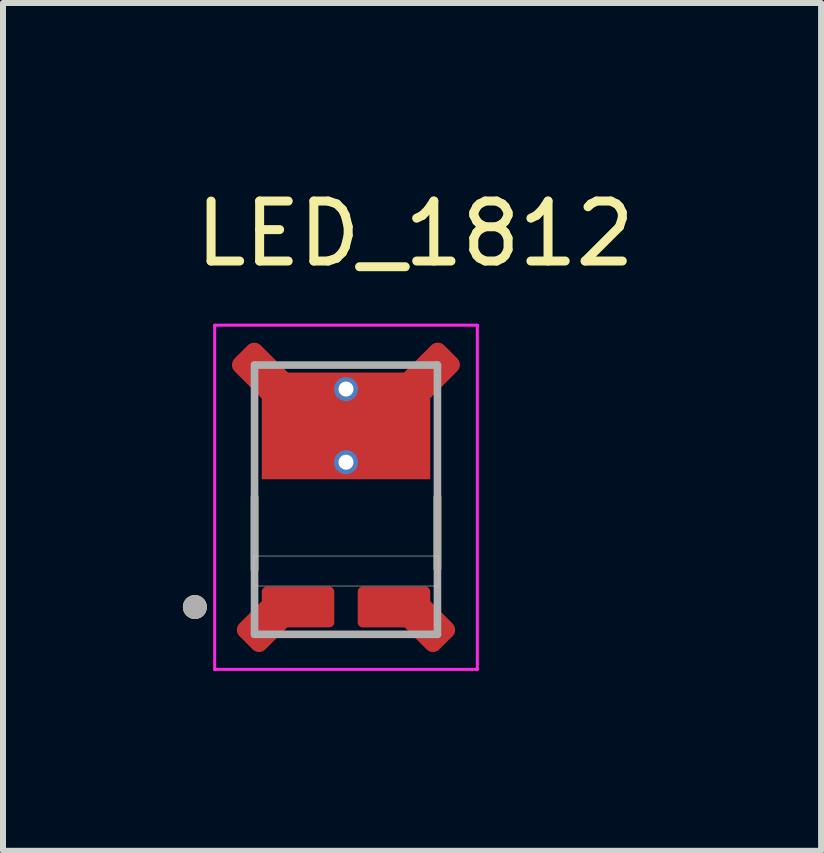
<source format=kicad_pcb>
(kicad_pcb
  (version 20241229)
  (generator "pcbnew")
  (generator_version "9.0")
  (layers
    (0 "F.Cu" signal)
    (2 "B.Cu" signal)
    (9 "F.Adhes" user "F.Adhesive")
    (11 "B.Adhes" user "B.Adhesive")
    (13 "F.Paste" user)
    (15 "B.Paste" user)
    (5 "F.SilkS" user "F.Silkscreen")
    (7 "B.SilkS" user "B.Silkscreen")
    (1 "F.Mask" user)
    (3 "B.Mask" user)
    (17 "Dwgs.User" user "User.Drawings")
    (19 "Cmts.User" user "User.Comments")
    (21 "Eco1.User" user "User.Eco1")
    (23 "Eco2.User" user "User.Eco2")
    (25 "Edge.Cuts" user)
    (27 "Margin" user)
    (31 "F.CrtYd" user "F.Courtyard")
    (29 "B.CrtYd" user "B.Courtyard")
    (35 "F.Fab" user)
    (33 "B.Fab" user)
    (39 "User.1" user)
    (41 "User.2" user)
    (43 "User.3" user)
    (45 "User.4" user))
  (footprint "LED_1812"
    (layer "F.Cu")
    (at 2.72 4.563)
    (property "Reference" "LED_1812" (at 1.155 -3.715 0) (layer "F.SilkS") (effects (font (size 1 1) (thickness 0.15))))
    (attr through_hole)
    (fp_circle (center 0 -1.125) (end 0.2 -1.125) (stroke (width 0) (type solid)) (fill yes) (layer "F.Mask"))
    (fp_circle (center 0 0.095) (end 0.2 0.095) (stroke (width 0) (type solid)) (fill yes) (layer "F.Mask"))
    (fp_poly (pts (xy -1.895 -1.65) (xy -1.9 -1.643) (xy -1.906 -1.636) (xy -1.911 -1.628) (xy -1.915 -1.621) (xy -1.919 -1.613) (xy -1.923 -1.604) (xy -1.927 -1.596) (xy -1.93 -1.587) (xy -1.933 -1.579) (xy -1.935 -1.57) (xy -1.937 -1.561) (xy -1.938 -1.552) (xy -1.939 -1.543) (xy -1.94 -1.534) (xy -1.94 -1.525) (xy -1.94 -1.516) (xy -1.939 -1.507) (xy -1.938 -1.498) (xy -1.937 -1.489) (xy -1.935 -1.48) (xy -1.933 -1.471) (xy -1.93 -1.463) (xy -1.927 -1.454) (xy -1.923 -1.446) (xy -1.919 -1.437) (xy -1.915 -1.429) (xy -1.911 -1.422) (xy -1.906 -1.414) (xy -1.9 -1.407) (xy -1.895 -1.4) (xy -1.45 -0.955) (xy -1.45 0.425) (xy -0.48 0.425) (xy -0.48 0.09) (xy 0 -0.39) (xy 0 -0.65) (xy -0.48 -1.12) (xy -0.48 -1.445) (xy -0.945 -1.445) (xy -1.4 -1.9) (xy -1.407 -1.905) (xy -1.414 -1.91) (xy -1.422 -1.915) (xy -1.429 -1.919) (xy -1.437 -1.923) (xy -1.445 -1.926) (xy -1.453 -1.93) (xy -1.462 -1.933) (xy -1.47 -1.935) (xy -1.479 -1.937) (xy -1.487 -1.939) (xy -1.496 -1.94) (xy -1.505 -1.941) (xy -1.514 -1.942) (xy -1.522 -1.942) (xy -1.531 -1.942) (xy -1.54 -1.941) (xy -1.549 -1.94) (xy -1.558 -1.939) (xy -1.566 -1.937) (xy -1.575 -1.935) (xy -1.583 -1.933) (xy -1.592 -1.93) (xy -1.6 -1.926) (xy -1.608 -1.923) (xy -1.616 -1.919) (xy -1.623 -1.915) (xy -1.631 -1.91) (xy -1.638 -1.905) (xy -1.645 -1.9) (xy -1.895 -1.65)) (stroke (width 0.01) (type solid)) (fill yes) (layer "F.Mask"))
    (fp_poly (pts (xy 1.895 -1.65) (xy 1.9 -1.643) (xy 1.906 -1.636) (xy 1.911 -1.628) (xy 1.915 -1.621) (xy 1.919 -1.613) (xy 1.923 -1.604) (xy 1.927 -1.596) (xy 1.93 -1.587) (xy 1.933 -1.579) (xy 1.935 -1.57) (xy 1.937 -1.561) (xy 1.938 -1.552) (xy 1.939 -1.543) (xy 1.94 -1.534) (xy 1.94 -1.525) (xy 1.94 -1.516) (xy 1.939 -1.507) (xy 1.938 -1.498) (xy 1.937 -1.489) (xy 1.935 -1.48) (xy 1.933 -1.471) (xy 1.93 -1.463) (xy 1.927 -1.454) (xy 1.923 -1.446) (xy 1.919 -1.437) (xy 1.915 -1.429) (xy 1.911 -1.422) (xy 1.906 -1.414) (xy 1.9 -1.407) (xy 1.895 -1.4) (xy 1.45 -0.955) (xy 1.45 0.425) (xy 0.48 0.425) (xy 0.48 0.09) (xy 0 -0.39) (xy 0 -0.65) (xy 0.48 -1.12) (xy 0.48 -1.445) (xy 0.945 -1.445) (xy 1.4 -1.9) (xy 1.407 -1.905) (xy 1.414 -1.91) (xy 1.422 -1.915) (xy 1.429 -1.919) (xy 1.437 -1.923) (xy 1.445 -1.926) (xy 1.453 -1.93) (xy 1.462 -1.933) (xy 1.47 -1.935) (xy 1.479 -1.937) (xy 1.487 -1.939) (xy 1.496 -1.94) (xy 1.505 -1.941) (xy 1.514 -1.942) (xy 1.522 -1.942) (xy 1.531 -1.942) (xy 1.54 -1.941) (xy 1.549 -1.94) (xy 1.558 -1.939) (xy 1.566 -1.937) (xy 1.575 -1.935) (xy 1.583 -1.933) (xy 1.592 -1.93) (xy 1.6 -1.926) (xy 1.608 -1.923) (xy 1.616 -1.919) (xy 1.623 -1.915) (xy 1.631 -1.91) (xy 1.638 -1.905) (xy 1.645 -1.9) (xy 1.895 -1.65)) (stroke (width 0.01) (type solid)) (fill yes) (layer "F.Mask"))
    (fp_poly (pts (xy -1.45 2.38) (xy -1.45 2.25) (xy -1.45 2.243) (xy -1.449 2.237) (xy -1.448 2.23) (xy -1.447 2.224) (xy -1.446 2.218) (xy -1.444 2.211) (xy -1.442 2.205) (xy -1.439 2.199) (xy -1.436 2.193) (xy -1.433 2.188) (xy -1.43 2.182) (xy -1.426 2.177) (xy -1.422 2.171) (xy -1.418 2.166) (xy -1.413 2.162) (xy -1.409 2.157) (xy -1.404 2.153) (xy -1.398 2.149) (xy -1.393 2.145) (xy -1.387 2.142) (xy -1.382 2.139) (xy -1.376 2.136) (xy -1.37 2.133) (xy -1.364 2.131) (xy -1.357 2.129) (xy -1.351 2.128) (xy -1.345 2.127) (xy -1.338 2.126) (xy -1.332 2.125) (xy -1.325 2.125) (xy -0.275 2.125) (xy -0.268 2.125) (xy -0.262 2.126) (xy -0.255 2.127) (xy -0.249 2.128) (xy -0.243 2.129) (xy -0.236 2.131) (xy -0.23 2.133) (xy -0.224 2.136) (xy -0.218 2.139) (xy -0.212 2.142) (xy -0.207 2.145) (xy -0.202 2.149) (xy -0.196 2.153) (xy -0.191 2.157) (xy -0.187 2.162) (xy -0.182 2.166) (xy -0.178 2.171) (xy -0.174 2.177) (xy -0.17 2.182) (xy -0.167 2.188) (xy -0.164 2.193) (xy -0.161 2.199) (xy -0.158 2.205) (xy -0.156 2.211) (xy -0.154 2.218) (xy -0.153 2.224) (xy -0.152 2.23) (xy -0.151 2.237) (xy -0.15 2.243) (xy -0.15 2.25) (xy -0.15 2.77) (xy -0.15 2.777) (xy -0.151 2.783) (xy -0.152 2.79) (xy -0.153 2.796) (xy -0.154 2.802) (xy -0.156 2.809) (xy -0.158 2.815) (xy -0.161 2.821) (xy -0.164 2.827) (xy -0.167 2.833) (xy -0.17 2.838) (xy -0.174 2.843) (xy -0.178 2.849) (xy -0.182 2.854) (xy -0.187 2.858) (xy -0.191 2.863) (xy -0.196 2.867) (xy -0.202 2.871) (xy -0.207 2.875) (xy -0.212 2.878) (xy -0.218 2.881) (xy -0.224 2.884) (xy -0.23 2.887) (xy -0.236 2.889) (xy -0.243 2.891) (xy -0.249 2.892) (xy -0.255 2.893) (xy -0.262 2.894) (xy -0.268 2.895) (xy -0.275 2.895) (xy -0.955 2.895) (xy -1.307 3.247) (xy -1.315 3.254) (xy -1.322 3.261) (xy -1.33 3.267) (xy -1.339 3.273) (xy -1.348 3.278) (xy -1.356 3.283) (xy -1.366 3.287) (xy -1.375 3.291) (xy -1.385 3.295) (xy -1.395 3.298) (xy -1.404 3.3) (xy -1.414 3.302) (xy -1.425 3.303) (xy -1.435 3.304) (xy -1.445 3.304) (xy -1.455 3.304) (xy -1.465 3.303) (xy -1.476 3.302) (xy -1.486 3.3) (xy -1.495 3.298) (xy -1.505 3.295) (xy -1.515 3.291) (xy -1.524 3.287) (xy -1.534 3.283) (xy -1.542 3.278) (xy -1.551 3.273) (xy -1.56 3.267) (xy -1.568 3.261) (xy -1.575 3.254) (xy -1.583 3.247) (xy -1.812 3.018) (xy -1.819 3.01) (xy -1.826 3.003) (xy -1.832 2.995) (xy -1.838 2.986) (xy -1.843 2.977) (xy -1.848 2.969) (xy -1.852 2.959) (xy -1.856 2.95) (xy -1.86 2.94) (xy -1.863 2.93) (xy -1.865 2.921) (xy -1.867 2.911) (xy -1.868 2.9) (xy -1.869 2.89) (xy -1.869 2.88) (xy -1.869 2.87) (xy -1.868 2.86) (xy -1.867 2.849) (xy -1.865 2.839) (xy -1.863 2.83) (xy -1.86 2.82) (xy -1.856 2.81) (xy -1.852 2.801) (xy -1.848 2.791) (xy -1.843 2.783) (xy -1.838 2.774) (xy -1.832 2.765) (xy -1.826 2.757) (xy -1.819 2.75) (xy -1.812 2.742) (xy -1.45 2.38)) (stroke (width 0.01) (type solid)) (fill yes) (layer "F.Mask"))
    (fp_poly (pts (xy 1.45 2.38) (xy 1.45 2.25) (xy 1.45 2.243) (xy 1.449 2.237) (xy 1.448 2.23) (xy 1.447 2.224) (xy 1.446 2.218) (xy 1.444 2.211) (xy 1.442 2.205) (xy 1.439 2.199) (xy 1.436 2.193) (xy 1.433 2.188) (xy 1.43 2.182) (xy 1.426 2.177) (xy 1.422 2.171) (xy 1.418 2.166) (xy 1.413 2.162) (xy 1.409 2.157) (xy 1.404 2.153) (xy 1.398 2.149) (xy 1.393 2.145) (xy 1.387 2.142) (xy 1.382 2.139) (xy 1.376 2.136) (xy 1.37 2.133) (xy 1.364 2.131) (xy 1.357 2.129) (xy 1.351 2.128) (xy 1.345 2.127) (xy 1.338 2.126) (xy 1.332 2.125) (xy 1.325 2.125) (xy 0.275 2.125) (xy 0.268 2.125) (xy 0.262 2.126) (xy 0.255 2.127) (xy 0.249 2.128) (xy 0.243 2.129) (xy 0.236 2.131) (xy 0.23 2.133) (xy 0.224 2.136) (xy 0.218 2.139) (xy 0.213 2.142) (xy 0.207 2.145) (xy 0.202 2.149) (xy 0.196 2.153) (xy 0.191 2.157) (xy 0.187 2.162) (xy 0.182 2.166) (xy 0.178 2.171) (xy 0.174 2.177) (xy 0.17 2.182) (xy 0.167 2.188) (xy 0.164 2.193) (xy 0.161 2.199) (xy 0.158 2.205) (xy 0.156 2.211) (xy 0.154 2.218) (xy 0.153 2.224) (xy 0.152 2.23) (xy 0.151 2.237) (xy 0.15 2.243) (xy 0.15 2.25) (xy 0.15 2.77) (xy 0.15 2.777) (xy 0.151 2.783) (xy 0.152 2.79) (xy 0.153 2.796) (xy 0.154 2.802) (xy 0.156 2.809) (xy 0.158 2.815) (xy 0.161 2.821) (xy 0.164 2.827) (xy 0.167 2.833) (xy 0.17 2.838) (xy 0.174 2.843) (xy 0.178 2.849) (xy 0.182 2.854) (xy 0.187 2.858) (xy 0.191 2.863) (xy 0.196 2.867) (xy 0.202 2.871) (xy 0.207 2.875) (xy 0.212 2.878) (xy 0.218 2.881) (xy 0.224 2.884) (xy 0.23 2.887) (xy 0.236 2.889) (xy 0.243 2.891) (xy 0.249 2.892) (xy 0.255 2.893) (xy 0.262 2.894) (xy 0.268 2.895) (xy 0.275 2.895) (xy 0.955 2.895) (xy 1.307 3.247) (xy 1.315 3.254) (xy 1.322 3.261) (xy 1.33 3.267) (xy 1.339 3.273) (xy 1.348 3.278) (xy 1.356 3.283) (xy 1.366 3.287) (xy 1.375 3.291) (xy 1.385 3.295) (xy 1.395 3.298) (xy 1.404 3.3) (xy 1.414 3.302) (xy 1.425 3.303) (xy 1.435 3.304) (xy 1.445 3.304) (xy 1.455 3.304) (xy 1.465 3.303) (xy 1.476 3.302) (xy 1.486 3.3) (xy 1.495 3.298) (xy 1.505 3.295) (xy 1.515 3.291) (xy 1.524 3.287) (xy 1.534 3.283) (xy 1.542 3.278) (xy 1.551 3.273) (xy 1.56 3.267) (xy 1.568 3.261) (xy 1.575 3.254) (xy 1.583 3.247) (xy 1.812 3.018) (xy 1.819 3.01) (xy 1.826 3.003) (xy 1.832 2.995) (xy 1.838 2.986) (xy 1.843 2.977) (xy 1.848 2.969) (xy 1.852 2.959) (xy 1.856 2.95) (xy 1.86 2.94) (xy 1.863 2.93) (xy 1.865 2.921) (xy 1.867 2.911) (xy 1.868 2.9) (xy 1.869 2.89) (xy 1.869 2.88) (xy 1.869 2.87) (xy 1.868 2.86) (xy 1.867 2.849) (xy 1.865 2.839) (xy 1.863 2.83) (xy 1.86 2.82) (xy 1.856 2.81) (xy 1.852 2.801) (xy 1.848 2.791) (xy 1.843 2.783) (xy 1.838 2.774) (xy 1.832 2.765) (xy 1.826 2.757) (xy 1.819 2.75) (xy 1.812 2.742) (xy 1.45 2.38)) (stroke (width 0.01) (type solid)) (fill yes) (layer "F.Mask"))
    (fp_line (start -1.525 1.89) (end -1.525 0.675) (stroke (width 0.127) (type solid)) (layer "F.SilkS"))
    (fp_line (start 1.525 0.675) (end 1.525 1.875) (stroke (width 0.127) (type solid)) (layer "F.SilkS"))
    (fp_circle (center -2.52 2.51) (end -2.42 2.51) (stroke (width 0.2) (type solid)) (fill no) (layer "F.SilkS"))
    (fp_poly (pts (xy -0.36 2.25) (xy -0.28 2.33) (xy -0.28 2.68) (xy -0.36 2.76) (xy -0.94 2.76) (xy -1.39 3.21) (xy -1.51 3.21) (xy -1.77 2.95) (xy -1.77 2.83) (xy -1.32 2.38) (xy -1.32 2.33) (xy -1.24 2.25)) (stroke (width 0.01) (type solid)) (fill yes) (layer "F.Paste"))
    (fp_poly (pts (xy 0.36 2.25) (xy 0.28 2.33) (xy 0.28 2.68) (xy 0.36 2.76) (xy 0.94 2.76) (xy 1.39 3.21) (xy 1.51 3.21) (xy 1.77 2.95) (xy 1.77 2.83) (xy 1.32 2.38) (xy 1.32 2.33) (xy 1.24 2.25)) (stroke (width 0.01) (type solid)) (fill yes) (layer "F.Paste"))
    (fp_poly (pts (xy -0.59 -1.32) (xy -0.5 -1.23) (xy -0.5 -1.11) (xy 0 -0.62) (xy 0 -0.42) (xy -0.5 0.08) (xy -0.5 0.2) (xy -0.59 0.29) (xy -1.24 0.29) (xy -1.32 0.21) (xy -1.32 -0.94) (xy -1.83 -1.45) (xy -1.83 -1.62) (xy -1.62 -1.83) (xy -1.45 -1.83) (xy -0.94 -1.32)) (stroke (width 0.01) (type solid)) (fill yes) (layer "F.Paste"))
    (fp_poly (pts (xy 0.6 -1.32) (xy 0.5 -1.22) (xy 0.5 -1.11) (xy 0 -0.61) (xy 0 -0.42) (xy 0.5 0.08) (xy 0.5 0.2) (xy 0.59 0.29) (xy 1.24 0.29) (xy 1.32 0.21) (xy 1.32 -0.94) (xy 1.83 -1.45) (xy 1.83 -1.62) (xy 1.62 -1.83) (xy 1.44 -1.83) (xy 0.93 -1.32)) (stroke (width 0.01) (type solid)) (fill yes) (layer "F.Paste"))
    (fp_poly (pts (xy -1.54 1.66) (xy 1.54 1.66) (xy 1.54 2.16) (xy -1.54 2.16)) (stroke (width 0.01) (type solid)) (fill no) (layer "Dwgs.User"))
    (fp_line (start -2.19 -2.19) (end -2.19 3.55) (stroke (width 0.05) (type solid)) (layer "F.CrtYd"))
    (fp_line (start -2.19 3.55) (end 2.19 3.55) (stroke (width 0.05) (type solid)) (layer "F.CrtYd"))
    (fp_line (start 2.19 -2.19) (end -2.19 -2.19) (stroke (width 0.05) (type solid)) (layer "F.CrtYd"))
    (fp_line (start 2.19 3.55) (end 2.19 -2.19) (stroke (width 0.05) (type solid)) (layer "F.CrtYd"))
    (fp_line (start -1.525 -1.525) (end 1.525 -1.525) (stroke (width 0.127) (type solid)) (layer "F.Fab"))
    (fp_line (start -1.525 2.965) (end -1.525 -1.525) (stroke (width 0.127) (type solid)) (layer "F.Fab"))
    (fp_line (start 1.525 -1.525) (end 1.525 2.965) (stroke (width 0.127) (type solid)) (layer "F.Fab"))
    (fp_line (start 1.525 2.965) (end -1.525 2.965) (stroke (width 0.127) (type solid)) (layer "F.Fab"))
    (fp_circle (center -2.52 2.51) (end -2.42 2.51) (stroke (width 0.2) (type solid)) (fill no) (layer "F.Fab"))
    (pad "1" smd custom (at -0.8 2.51) (size 0.5 0.5) (layers "F.Cu") (options (anchor rect)) (primitives (gr_poly (pts (xy -0.753 0.702) (xy -0.972 0.483) (xy -0.978 0.477) (xy -0.983 0.471) (xy -0.987 0.465) (xy -0.992 0.459) (xy -0.996 0.452) (xy -0.999 0.446) (xy -1.002 0.439) (xy -1.005 0.432) (xy -1.008 0.425) (xy -1.01 0.418) (xy -1.012 0.41) (xy -1.013 0.403) (xy -1.014 0.395) (xy -1.015 0.388) (xy -1.015 0.38) (xy -1.015 0.372) (xy -1.014 0.365) (xy -1.013 0.357) (xy -1.012 0.35) (xy -1.01 0.342) (xy -1.008 0.335) (xy -1.005 0.328) (xy -1.002 0.321) (xy -0.999 0.314) (xy -0.996 0.308) (xy -0.992 0.301) (xy -0.987 0.295) (xy -0.983 0.289) (xy -0.978 0.283) (xy -0.972 0.277) (xy -0.6 -0.095) (xy -0.6 -0.255) (xy -0.6 -0.259) (xy -0.6 -0.263) (xy -0.599 -0.268) (xy -0.598 -0.272) (xy -0.597 -0.276) (xy -0.596 -0.28) (xy -0.595 -0.284) (xy -0.593 -0.288) (xy -0.591 -0.291) (xy -0.589 -0.295) (xy -0.587 -0.299) (xy -0.585 -0.302) (xy -0.582 -0.305) (xy -0.579 -0.309) (xy -0.577 -0.312) (xy -0.574 -0.314) (xy -0.57 -0.317) (xy -0.567 -0.32) (xy -0.564 -0.322) (xy -0.56 -0.324) (xy -0.556 -0.326) (xy -0.553 -0.328) (xy -0.549 -0.33) (xy -0.545 -0.331) (xy -0.541 -0.332) (xy -0.537 -0.333) (xy -0.533 -0.334) (xy -0.528 -0.335) (xy -0.524 -0.335) (xy -0.52 -0.335) (xy 0.52 -0.335) (xy 0.524 -0.335) (xy 0.528 -0.335) (xy 0.533 -0.334) (xy 0.537 -0.333) (xy 0.541 -0.332) (xy 0.545 -0.331) (xy 0.549 -0.33) (xy 0.553 -0.328) (xy 0.556 -0.326) (xy 0.56 -0.324) (xy 0.564 -0.322) (xy 0.567 -0.32) (xy 0.57 -0.317) (xy 0.574 -0.314) (xy 0.577 -0.312) (xy 0.579 -0.309) (xy 0.582 -0.305) (xy 0.585 -0.302) (xy 0.587 -0.299) (xy 0.589 -0.295) (xy 0.591 -0.291) (xy 0.593 -0.288) (xy 0.595 -0.284) (xy 0.596 -0.28) (xy 0.597 -0.276) (xy 0.598 -0.272) (xy 0.599 -0.268) (xy 0.6 -0.263) (xy 0.6 -0.259) (xy 0.6 -0.255) (xy 0.6 0.255) (xy 0.6 0.259) (xy 0.6 0.263) (xy 0.599 0.268) (xy 0.598 0.272) (xy 0.597 0.276) (xy 0.596 0.28) (xy 0.595 0.284) (xy 0.593 0.288) (xy 0.591 0.291) (xy 0.589 0.295) (xy 0.587 0.299) (xy 0.585 0.302) (xy 0.582 0.305) (xy 0.579 0.309) (xy 0.577 0.312) (xy 0.574 0.314) (xy 0.57 0.317) (xy 0.567 0.32) (xy 0.564 0.322) (xy 0.56 0.324) (xy 0.556 0.326) (xy 0.553 0.328) (xy 0.549 0.33) (xy 0.545 0.331) (xy 0.541 0.332) (xy 0.537 0.333) (xy 0.533 0.334) (xy 0.528 0.335) (xy 0.524 0.335) (xy 0.52 0.335) (xy -0.18 0.335) (xy -0.547 0.702) (xy -0.553 0.708) (xy -0.559 0.713) (xy -0.565 0.717) (xy -0.571 0.722) (xy -0.578 0.726) (xy -0.584 0.729) (xy -0.591 0.732) (xy -0.598 0.735) (xy -0.605 0.738) (xy -0.612 0.74) (xy -0.62 0.742) (xy -0.627 0.743) (xy -0.635 0.744) (xy -0.642 0.745) (xy -0.65 0.745) (xy -0.658 0.745) (xy -0.665 0.744) (xy -0.673 0.743) (xy -0.68 0.742) (xy -0.688 0.74) (xy -0.695 0.738) (xy -0.702 0.735) (xy -0.709 0.732) (xy -0.716 0.729) (xy -0.722 0.726) (xy -0.729 0.722) (xy -0.735 0.717) (xy -0.741 0.713) (xy -0.747 0.708) (xy -0.753 0.702) (xy -0.753 0.702)) (width 0.01) (fill yes))))
    (pad "2" smd custom (at 0.8 2.51) (size 0.5 0.5) (layers "F.Cu") (options (anchor rect)) (primitives (gr_poly (pts (xy 0.753 0.702) (xy 0.972 0.483) (xy 0.978 0.477) (xy 0.983 0.471) (xy 0.987 0.465) (xy 0.992 0.459) (xy 0.996 0.452) (xy 0.999 0.446) (xy 1.002 0.439) (xy 1.005 0.432) (xy 1.008 0.425) (xy 1.01 0.418) (xy 1.012 0.41) (xy 1.013 0.403) (xy 1.014 0.395) (xy 1.015 0.388) (xy 1.015 0.38) (xy 1.015 0.372) (xy 1.014 0.365) (xy 1.013 0.357) (xy 1.012 0.35) (xy 1.01 0.342) (xy 1.008 0.335) (xy 1.005 0.328) (xy 1.002 0.321) (xy 0.999 0.314) (xy 0.996 0.308) (xy 0.992 0.301) (xy 0.987 0.295) (xy 0.983 0.289) (xy 0.978 0.283) (xy 0.972 0.277) (xy 0.6 -0.095) (xy 0.6 -0.255) (xy 0.6 -0.259) (xy 0.6 -0.263) (xy 0.599 -0.268) (xy 0.598 -0.272) (xy 0.597 -0.276) (xy 0.596 -0.28) (xy 0.595 -0.284) (xy 0.593 -0.288) (xy 0.591 -0.291) (xy 0.589 -0.295) (xy 0.587 -0.299) (xy 0.585 -0.302) (xy 0.582 -0.305) (xy 0.579 -0.309) (xy 0.577 -0.312) (xy 0.574 -0.314) (xy 0.57 -0.317) (xy 0.567 -0.32) (xy 0.564 -0.322) (xy 0.56 -0.324) (xy 0.556 -0.326) (xy 0.553 -0.328) (xy 0.549 -0.33) (xy 0.545 -0.331) (xy 0.541 -0.332) (xy 0.537 -0.333) (xy 0.533 -0.334) (xy 0.528 -0.335) (xy 0.524 -0.335) (xy 0.52 -0.335) (xy -0.52 -0.335) (xy -0.524 -0.335) (xy -0.528 -0.335) (xy -0.533 -0.334) (xy -0.537 -0.333) (xy -0.541 -0.332) (xy -0.545 -0.331) (xy -0.549 -0.33) (xy -0.553 -0.328) (xy -0.556 -0.326) (xy -0.56 -0.324) (xy -0.564 -0.322) (xy -0.567 -0.32) (xy -0.57 -0.317) (xy -0.574 -0.314) (xy -0.577 -0.312) (xy -0.579 -0.309) (xy -0.582 -0.305) (xy -0.585 -0.302) (xy -0.587 -0.299) (xy -0.589 -0.295) (xy -0.591 -0.291) (xy -0.593 -0.288) (xy -0.595 -0.284) (xy -0.596 -0.28) (xy -0.597 -0.276) (xy -0.598 -0.272) (xy -0.599 -0.268) (xy -0.6 -0.263) (xy -0.6 -0.259) (xy -0.6 -0.255) (xy -0.6 0.255) (xy -0.6 0.259) (xy -0.6 0.263) (xy -0.599 0.268) (xy -0.598 0.272) (xy -0.597 0.276) (xy -0.596 0.28) (xy -0.595 0.284) (xy -0.593 0.288) (xy -0.591 0.291) (xy -0.589 0.295) (xy -0.587 0.299) (xy -0.585 0.302) (xy -0.582 0.305) (xy -0.579 0.309) (xy -0.577 0.312) (xy -0.574 0.314) (xy -0.57 0.317) (xy -0.567 0.32) (xy -0.564 0.322) (xy -0.56 0.324) (xy -0.556 0.326) (xy -0.553 0.328) (xy -0.549 0.33) (xy -0.545 0.331) (xy -0.541 0.332) (xy -0.537 0.333) (xy -0.533 0.334) (xy -0.528 0.335) (xy -0.524 0.335) (xy -0.52 0.335) (xy 0.18 0.335) (xy 0.547 0.702) (xy 0.553 0.708) (xy 0.559 0.713) (xy 0.565 0.717) (xy 0.571 0.722) (xy 0.578 0.726) (xy 0.584 0.729) (xy 0.591 0.732) (xy 0.598 0.735) (xy 0.605 0.738) (xy 0.612 0.74) (xy 0.62 0.742) (xy 0.627 0.743) (xy 0.635 0.744) (xy 0.642 0.745) (xy 0.65 0.745) (xy 0.658 0.745) (xy 0.665 0.744) (xy 0.673 0.743) (xy 0.68 0.742) (xy 0.688 0.74) (xy 0.695 0.738) (xy 0.702 0.735) (xy 0.709 0.732) (xy 0.716 0.729) (xy 0.722 0.726) (xy 0.729 0.722) (xy 0.735 0.717) (xy 0.741 0.713) (xy 0.747 0.708) (xy 0.753 0.702) (xy 0.753 0.702)) (width 0.01) (fill yes))))
    (pad "3" smd custom (at 0 -0.51) (size 0.8 0.8) (layers "F.Cu") (options (anchor rect)) (primitives (gr_poly (pts (xy -1.85 -1.125) (xy -1.856 -1.119) (xy -1.861 -1.113) (xy -1.866 -1.107) (xy -1.871 -1.101) (xy -1.875 -1.094) (xy -1.879 -1.087) (xy -1.882 -1.08) (xy -1.885 -1.073) (xy -1.888 -1.066) (xy -1.89 -1.058) (xy -1.892 -1.051) (xy -1.894 -1.043) (xy -1.895 -1.036) (xy -1.896 -1.028) (xy -1.896 -1.02) (xy -1.896 -1.012) (xy -1.895 -1.005) (xy -1.895 -0.997) (xy -1.893 -0.989) (xy -1.892 -0.982) (xy -1.89 -0.974) (xy -1.887 -0.967) (xy -1.884 -0.959) (xy -1.881 -0.952) (xy -1.877 -0.945) (xy -1.873 -0.939) (xy -1.869 -0.932) (xy -1.865 -0.926) (xy -1.86 -0.92) (xy -1.855 -0.915) (xy -1.4 -0.46) (xy -1.4 0.885) (xy 1.4 0.885) (xy 1.4 -0.465) (xy 1.85 -0.915) (xy 1.855 -0.921) (xy 1.86 -0.927) (xy 1.865 -0.933) (xy 1.87 -0.939) (xy 1.874 -0.946) (xy 1.877 -0.953) (xy 1.881 -0.96) (xy 1.884 -0.967) (xy 1.886 -0.974) (xy 1.888 -0.982) (xy 1.89 -0.989) (xy 1.892 -0.997) (xy 1.893 -1.004) (xy 1.893 -1.012) (xy 1.893 -1.02) (xy 1.893 -1.028) (xy 1.893 -1.036) (xy 1.892 -1.043) (xy 1.89 -1.051) (xy 1.888 -1.058) (xy 1.886 -1.066) (xy 1.884 -1.073) (xy 1.881 -1.08) (xy 1.877 -1.087) (xy 1.874 -1.094) (xy 1.87 -1.101) (xy 1.865 -1.107) (xy 1.86 -1.113) (xy 1.855 -1.119) (xy 1.85 -1.125) (xy 1.635 -1.34) (xy 1.63 -1.345) (xy 1.624 -1.35) (xy 1.618 -1.355) (xy 1.612 -1.359) (xy 1.606 -1.363) (xy 1.599 -1.367) (xy 1.592 -1.37) (xy 1.586 -1.373) (xy 1.578 -1.376) (xy 1.571 -1.378) (xy 1.564 -1.38) (xy 1.556 -1.382) (xy 1.549 -1.383) (xy 1.541 -1.384) (xy 1.534 -1.384) (xy 1.526 -1.384) (xy 1.519 -1.384) (xy 1.511 -1.383) (xy 1.504 -1.382) (xy 1.496 -1.38) (xy 1.489 -1.378) (xy 1.482 -1.376) (xy 1.474 -1.373) (xy 1.467 -1.37) (xy 1.461 -1.367) (xy 1.454 -1.363) (xy 1.448 -1.359) (xy 1.441 -1.355) (xy 1.436 -1.35) (xy 1.43 -1.345) (xy 0.97 -0.885) (xy -0.97 -0.885) (xy -1.425 -1.34) (xy -1.431 -1.346) (xy -1.437 -1.351) (xy -1.443 -1.355) (xy -1.45 -1.36) (xy -1.456 -1.364) (xy -1.463 -1.367) (xy -1.47 -1.37) (xy -1.477 -1.373) (xy -1.485 -1.376) (xy -1.492 -1.378) (xy -1.499 -1.38) (xy -1.507 -1.381) (xy -1.515 -1.382) (xy -1.522 -1.383) (xy -1.53 -1.383) (xy -1.538 -1.383) (xy -1.545 -1.382) (xy -1.553 -1.381) (xy -1.561 -1.38) (xy -1.568 -1.378) (xy -1.575 -1.376) (xy -1.583 -1.373) (xy -1.59 -1.37) (xy -1.597 -1.367) (xy -1.604 -1.364) (xy -1.61 -1.36) (xy -1.617 -1.355) (xy -1.623 -1.351) (xy -1.629 -1.346) (xy -1.635 -1.34) (xy -1.85 -1.125)) (width 0.01) (fill yes))))
    (pad "4" thru_hole circle (at 0 0.095) (size 0.4 0.4) (drill 0.25) (layers "*.Cu"))
    (pad "5" thru_hole circle (at 0 -1.125) (size 0.4 0.4) (drill 0.25) (layers "*.Cu")))
  (gr_rect
    (start -3 -3)
    (end 10.643 11.138)
    (stroke (width 0.1) (type default))
    (fill no)
    (layer "Edge.Cuts")))
</source>
